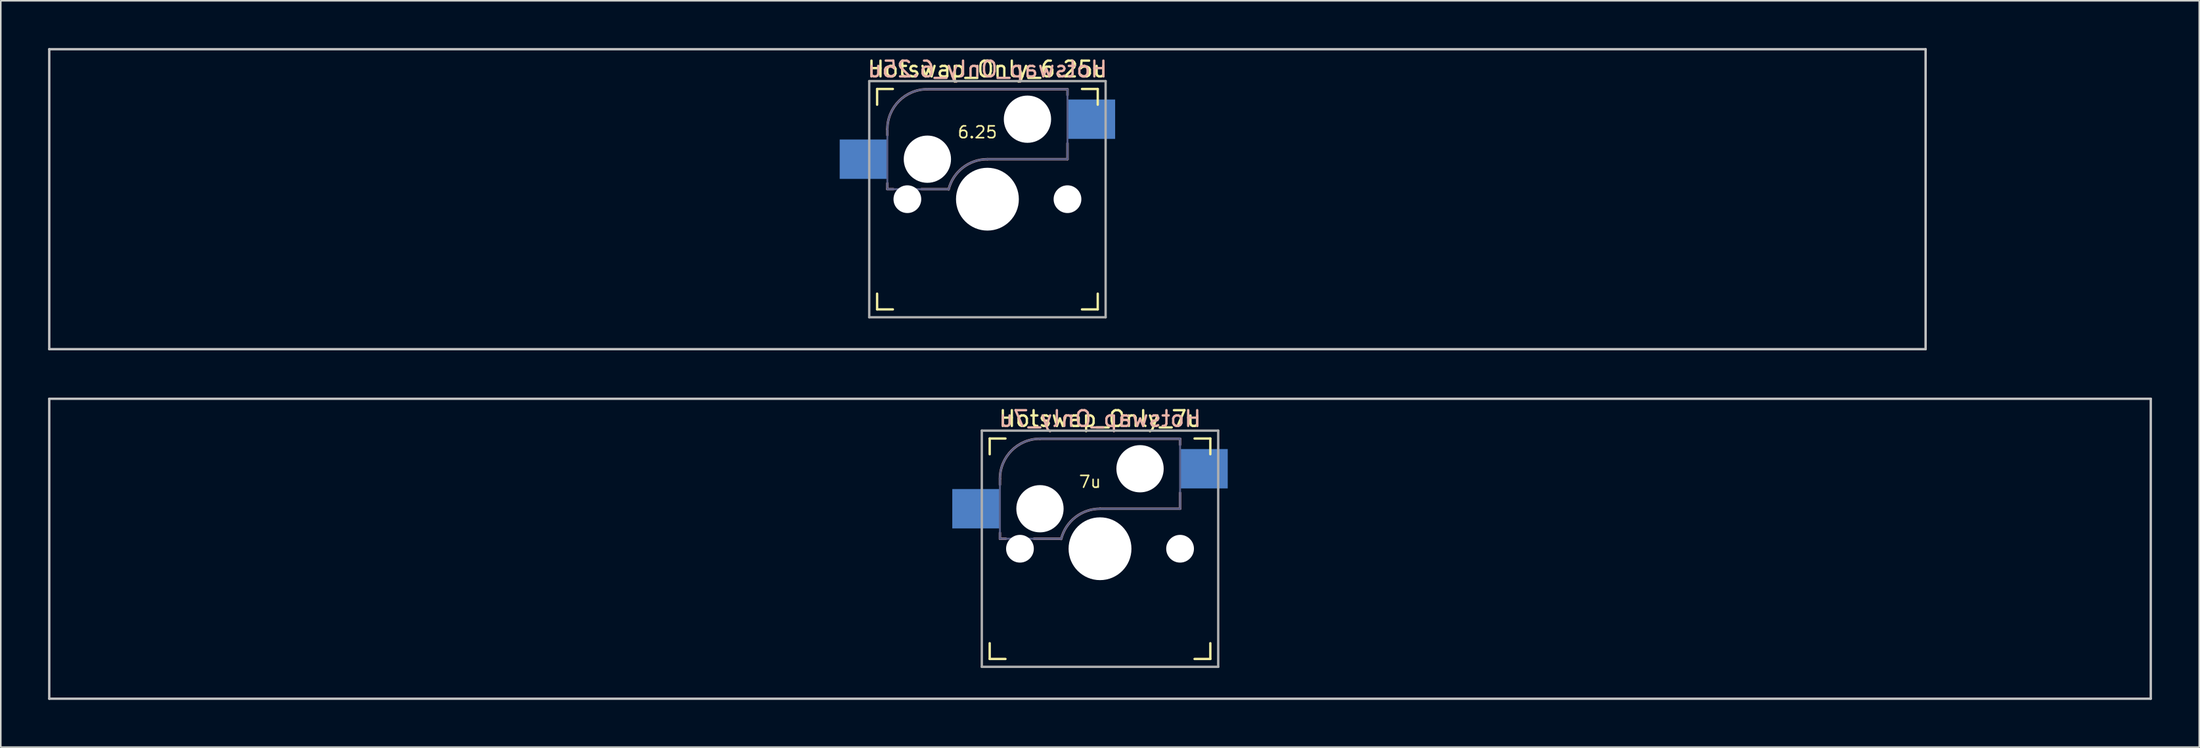
<source format=kicad_pcb>
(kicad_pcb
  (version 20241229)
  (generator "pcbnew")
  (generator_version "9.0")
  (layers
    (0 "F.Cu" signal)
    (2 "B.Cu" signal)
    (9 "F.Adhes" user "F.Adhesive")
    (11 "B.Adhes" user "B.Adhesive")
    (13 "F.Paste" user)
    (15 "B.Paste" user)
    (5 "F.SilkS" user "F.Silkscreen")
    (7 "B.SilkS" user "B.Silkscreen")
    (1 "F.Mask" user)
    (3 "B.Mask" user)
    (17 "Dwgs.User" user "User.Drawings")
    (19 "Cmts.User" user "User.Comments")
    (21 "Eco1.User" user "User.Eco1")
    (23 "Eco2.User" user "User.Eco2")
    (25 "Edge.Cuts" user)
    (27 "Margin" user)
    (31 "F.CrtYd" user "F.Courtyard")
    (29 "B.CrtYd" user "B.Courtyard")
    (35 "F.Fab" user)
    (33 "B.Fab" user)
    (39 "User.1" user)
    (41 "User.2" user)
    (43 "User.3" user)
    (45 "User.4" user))
  (footprint "Hotswap_Only_7u"
    (layer "F.Cu")
    (at 66.75 31.8)
    (property "Reference" "Hotswap_Only_7u" (at 0 -8.255 0) (layer "F.SilkS") (effects (font (size 1 1) (thickness 0.15))))
    (attr through_hole)
    (fp_line (start -7 -6) (end -7 -7) (stroke (width 0.15) (type solid)) (layer "F.SilkS"))
    (fp_line (start -7 7) (end -7 6) (stroke (width 0.15) (type solid)) (layer "F.SilkS"))
    (fp_line (start -7 7) (end -6 7) (stroke (width 0.15) (type solid)) (layer "F.SilkS"))
    (fp_line (start -6 -7) (end -7 -7) (stroke (width 0.15) (type solid)) (layer "F.SilkS"))
    (fp_line (start 6 7) (end 7 7) (stroke (width 0.15) (type solid)) (layer "F.SilkS"))
    (fp_line (start 7 -7) (end 6 -7) (stroke (width 0.15) (type solid)) (layer "F.SilkS"))
    (fp_line (start 7 -7) (end 7 -6) (stroke (width 0.15) (type solid)) (layer "F.SilkS"))
    (fp_line (start 7 6) (end 7 7) (stroke (width 0.15) (type solid)) (layer "F.SilkS"))
    (fp_line (start -6.35 -4.445) (end -6.35 -4.064) (stroke (width 0.15) (type solid)) (layer "B.SilkS"))
    (fp_line (start -6.35 -1.016) (end -6.35 -0.635) (stroke (width 0.15) (type solid)) (layer "B.SilkS"))
    (fp_line (start -6.35 -0.635) (end -5.969 -0.635) (stroke (width 0.15) (type solid)) (layer "B.SilkS"))
    (fp_line (start -4.191 -0.635) (end -2.54 -0.635) (stroke (width 0.15) (type solid)) (layer "B.SilkS"))
    (fp_line (start 0 -2.54) (end 5.08 -2.54) (stroke (width 0.15) (type solid)) (layer "B.SilkS"))
    (fp_line (start 5.08 -6.985) (end -3.81 -6.985) (stroke (width 0.15) (type solid)) (layer "B.SilkS"))
    (fp_line (start 5.08 -6.604) (end 5.08 -6.985) (stroke (width 0.15) (type solid)) (layer "B.SilkS"))
    (fp_line (start 5.08 -2.54) (end 5.08 -3.556) (stroke (width 0.15) (type solid)) (layer "B.SilkS"))
    (fp_arc (start -6.35 -4.445) (mid -5.606051 -6.241051) (end -3.81 -6.985) (stroke (width 0.15) (type solid)) (layer "B.SilkS"))
    (fp_arc (start -2.464162 -0.61604) (mid -1.563147 -2.002042) (end 0 -2.54) (stroke (width 0.15) (type solid)) (layer "B.SilkS"))
    (fp_line (start -66.675 -9.525) (end 66.675 -9.525) (stroke (width 0.15) (type solid)) (layer "Dwgs.User"))
    (fp_line (start -66.675 9.525) (end -66.675 -9.525) (stroke (width 0.15) (type solid)) (layer "Dwgs.User"))
    (fp_line (start -66.675 9.525) (end 66.675 9.525) (stroke (width 0.15) (type solid)) (layer "Dwgs.User"))
    (fp_line (start 66.675 -9.525) (end 66.675 9.525) (stroke (width 0.15) (type solid)) (layer "Dwgs.User"))
    (fp_line (start -6.9 6.9) (end -6.9 -6.9) (stroke (width 0.15) (type solid)) (layer "Eco2.User"))
    (fp_line (start -6.9 6.9) (end 6.9 6.9) (stroke (width 0.15) (type solid)) (layer "Eco2.User"))
    (fp_line (start 6.9 -6.9) (end -6.9 -6.9) (stroke (width 0.15) (type solid)) (layer "Eco2.User"))
    (fp_line (start 6.9 -6.9) (end 6.9 6.9) (stroke (width 0.15) (type solid)) (layer "Eco2.User"))
    (fp_line (start -6.35 -4.445) (end -6.35 -0.635) (stroke (width 0.12) (type solid)) (layer "B.Fab"))
    (fp_line (start -6.35 -0.635) (end -2.54 -0.635) (stroke (width 0.12) (type solid)) (layer "B.Fab"))
    (fp_line (start 0 -2.54) (end 5.08 -2.54) (stroke (width 0.12) (type solid)) (layer "B.Fab"))
    (fp_line (start 5.08 -6.985) (end -3.81 -6.985) (stroke (width 0.12) (type solid)) (layer "B.Fab"))
    (fp_line (start 5.08 -2.54) (end 5.08 -6.985) (stroke (width 0.12) (type solid)) (layer "B.Fab"))
    (fp_arc (start -6.35 -4.445) (mid -5.606051 -6.241051) (end -3.81 -6.985) (stroke (width 0.12) (type solid)) (layer "B.Fab"))
    (fp_arc (start -2.464162 -0.61604) (mid -1.563147 -2.002042) (end 0 -2.54) (stroke (width 0.12) (type solid)) (layer "B.Fab"))
    (fp_line (start -7.5 -7.5) (end 7.5 -7.5) (stroke (width 0.15) (type solid)) (layer "F.Fab"))
    (fp_line (start -7.5 7.5) (end -7.5 -7.5) (stroke (width 0.15) (type solid)) (layer "F.Fab"))
    (fp_line (start 7.5 -7.5) (end 7.5 7.5) (stroke (width 0.15) (type solid)) (layer "F.Fab"))
    (fp_line (start 7.5 7.5) (end -7.5 7.5) (stroke (width 0.15) (type solid)) (layer "F.Fab"))
    (fp_text user "7u" (at -0.635 -3.81 0) (unlocked yes) (layer "F.SilkS") (effects (font (size 0.75 0.75) (thickness 0.1)) (justify bottom)))
    (fp_text user "${REFERENCE}" (at 0 -8.255 0) (layer "B.SilkS") (effects (font (size 1 1) (thickness 0.15)) (justify mirror)))
    (pad "" np_thru_hole circle (at -5.08 0 180) (size 1.76 1.76) (drill 1.76) (layers "*.Cu" "*.Mask"))
    (pad "" np_thru_hole circle (at -3.81 -2.54 180) (size 3 3) (drill 3) (layers "*.Cu" "*.Mask"))
    (pad "" np_thru_hole circle (at 0 0 180) (size 3.988 3.988) (drill 3.988) (layers "*.Cu" "*.Mask"))
    (pad "" np_thru_hole circle (at 2.54 -5.08 180) (size 3 3) (drill 3) (layers "*.Cu" "*.Mask"))
    (pad "" np_thru_hole circle (at 5.08 0 180) (size 1.76 1.76) (drill 1.76) (layers "*.Cu" "*.Mask"))
    (pad "1" smd rect (at -7.874 -2.54 180) (size 3 2.5) (layers "B.Cu" "B.Mask" "B.Paste"))
    (pad "2" smd rect (at 6.604 -5.08 180) (size 3 2.5) (layers "B.Cu" "B.Mask" "B.Paste")))
  (footprint "Hotswap_Only_6.25u"
    (layer "F.Cu")
    (at 59.606 9.6)
    (property "Reference" "Hotswap_Only_6.25u" (at 0 -8.255 0) (layer "F.SilkS") (effects (font (size 1 1) (thickness 0.15))))
    (attr through_hole)
    (fp_line (start -7 -6) (end -7 -7) (stroke (width 0.15) (type solid)) (layer "F.SilkS"))
    (fp_line (start -7 7) (end -7 6) (stroke (width 0.15) (type solid)) (layer "F.SilkS"))
    (fp_line (start -7 7) (end -6 7) (stroke (width 0.15) (type solid)) (layer "F.SilkS"))
    (fp_line (start -6 -7) (end -7 -7) (stroke (width 0.15) (type solid)) (layer "F.SilkS"))
    (fp_line (start 6 7) (end 7 7) (stroke (width 0.15) (type solid)) (layer "F.SilkS"))
    (fp_line (start 7 -7) (end 6 -7) (stroke (width 0.15) (type solid)) (layer "F.SilkS"))
    (fp_line (start 7 -7) (end 7 -6) (stroke (width 0.15) (type solid)) (layer "F.SilkS"))
    (fp_line (start 7 6) (end 7 7) (stroke (width 0.15) (type solid)) (layer "F.SilkS"))
    (fp_line (start -6.35 -4.445) (end -6.35 -4.064) (stroke (width 0.15) (type solid)) (layer "B.SilkS"))
    (fp_line (start -6.35 -1.016) (end -6.35 -0.635) (stroke (width 0.15) (type solid)) (layer "B.SilkS"))
    (fp_line (start -6.35 -0.635) (end -5.969 -0.635) (stroke (width 0.15) (type solid)) (layer "B.SilkS"))
    (fp_line (start -4.191 -0.635) (end -2.54 -0.635) (stroke (width 0.15) (type solid)) (layer "B.SilkS"))
    (fp_line (start 0 -2.54) (end 5.08 -2.54) (stroke (width 0.15) (type solid)) (layer "B.SilkS"))
    (fp_line (start 5.08 -6.985) (end -3.81 -6.985) (stroke (width 0.15) (type solid)) (layer "B.SilkS"))
    (fp_line (start 5.08 -6.604) (end 5.08 -6.985) (stroke (width 0.15) (type solid)) (layer "B.SilkS"))
    (fp_line (start 5.08 -2.54) (end 5.08 -3.556) (stroke (width 0.15) (type solid)) (layer "B.SilkS"))
    (fp_arc (start -6.35 -4.445) (mid -5.606051 -6.241051) (end -3.81 -6.985) (stroke (width 0.15) (type solid)) (layer "B.SilkS"))
    (fp_arc (start -2.464162 -0.61604) (mid -1.563147 -2.002042) (end 0 -2.54) (stroke (width 0.15) (type solid)) (layer "B.SilkS"))
    (fp_line (start -59.531 -9.525) (end 59.531 -9.525) (stroke (width 0.15) (type solid)) (layer "Dwgs.User"))
    (fp_line (start -59.531 9.525) (end -59.531 -9.525) (stroke (width 0.15) (type solid)) (layer "Dwgs.User"))
    (fp_line (start -59.531 9.525) (end 59.531 9.525) (stroke (width 0.15) (type solid)) (layer "Dwgs.User"))
    (fp_line (start 59.531 -9.525) (end 59.531 9.525) (stroke (width 0.15) (type solid)) (layer "Dwgs.User"))
    (fp_line (start -6.9 6.9) (end -6.9 -6.9) (stroke (width 0.15) (type solid)) (layer "Eco2.User"))
    (fp_line (start -6.9 6.9) (end 6.9 6.9) (stroke (width 0.15) (type solid)) (layer "Eco2.User"))
    (fp_line (start 6.9 -6.9) (end -6.9 -6.9) (stroke (width 0.15) (type solid)) (layer "Eco2.User"))
    (fp_line (start 6.9 -6.9) (end 6.9 6.9) (stroke (width 0.15) (type solid)) (layer "Eco2.User"))
    (fp_line (start -6.35 -4.445) (end -6.35 -0.635) (stroke (width 0.12) (type solid)) (layer "B.Fab"))
    (fp_line (start -6.35 -0.635) (end -2.54 -0.635) (stroke (width 0.12) (type solid)) (layer "B.Fab"))
    (fp_line (start 0 -2.54) (end 5.08 -2.54) (stroke (width 0.12) (type solid)) (layer "B.Fab"))
    (fp_line (start 5.08 -6.985) (end -3.81 -6.985) (stroke (width 0.12) (type solid)) (layer "B.Fab"))
    (fp_line (start 5.08 -2.54) (end 5.08 -6.985) (stroke (width 0.12) (type solid)) (layer "B.Fab"))
    (fp_arc (start -6.35 -4.445) (mid -5.606051 -6.241051) (end -3.81 -6.985) (stroke (width 0.12) (type solid)) (layer "B.Fab"))
    (fp_arc (start -2.464162 -0.61604) (mid -1.563147 -2.002042) (end 0 -2.54) (stroke (width 0.12) (type solid)) (layer "B.Fab"))
    (fp_line (start -7.5 -7.5) (end 7.5 -7.5) (stroke (width 0.15) (type solid)) (layer "F.Fab"))
    (fp_line (start -7.5 7.5) (end -7.5 -7.5) (stroke (width 0.15) (type solid)) (layer "F.Fab"))
    (fp_line (start 7.5 -7.5) (end 7.5 7.5) (stroke (width 0.15) (type solid)) (layer "F.Fab"))
    (fp_line (start 7.5 7.5) (end -7.5 7.5) (stroke (width 0.15) (type solid)) (layer "F.Fab"))
    (fp_text user "6.25" (at -0.635 -3.81 0) (unlocked yes) (layer "F.SilkS") (effects (font (size 0.75 0.75) (thickness 0.1)) (justify bottom)))
    (fp_text user "${REFERENCE}" (at 0 -8.255 0) (layer "B.SilkS") (effects (font (size 1 1) (thickness 0.15)) (justify mirror)))
    (pad "" np_thru_hole circle (at -5.08 0 180) (size 1.76 1.76) (drill 1.76) (layers "*.Cu" "*.Mask"))
    (pad "" np_thru_hole circle (at -3.81 -2.54 180) (size 3 3) (drill 3) (layers "*.Cu" "*.Mask"))
    (pad "" np_thru_hole circle (at 0 0 180) (size 3.988 3.988) (drill 3.988) (layers "*.Cu" "*.Mask"))
    (pad "" np_thru_hole circle (at 2.54 -5.08 180) (size 3 3) (drill 3) (layers "*.Cu" "*.Mask"))
    (pad "" np_thru_hole circle (at 5.08 0 180) (size 1.76 1.76) (drill 1.76) (layers "*.Cu" "*.Mask"))
    (pad "1" smd rect (at -7.874 -2.54 180) (size 3 2.5) (layers "B.Cu" "B.Mask" "B.Paste"))
    (pad "2" smd rect (at 6.604 -5.08 180) (size 3 2.5) (layers "B.Cu" "B.Mask" "B.Paste")))
  (gr_rect
    (start -3 -3)
    (end 136.5 44.4)
    (stroke (width 0.1) (type default))
    (fill no)
    (layer "Edge.Cuts")))
</source>
